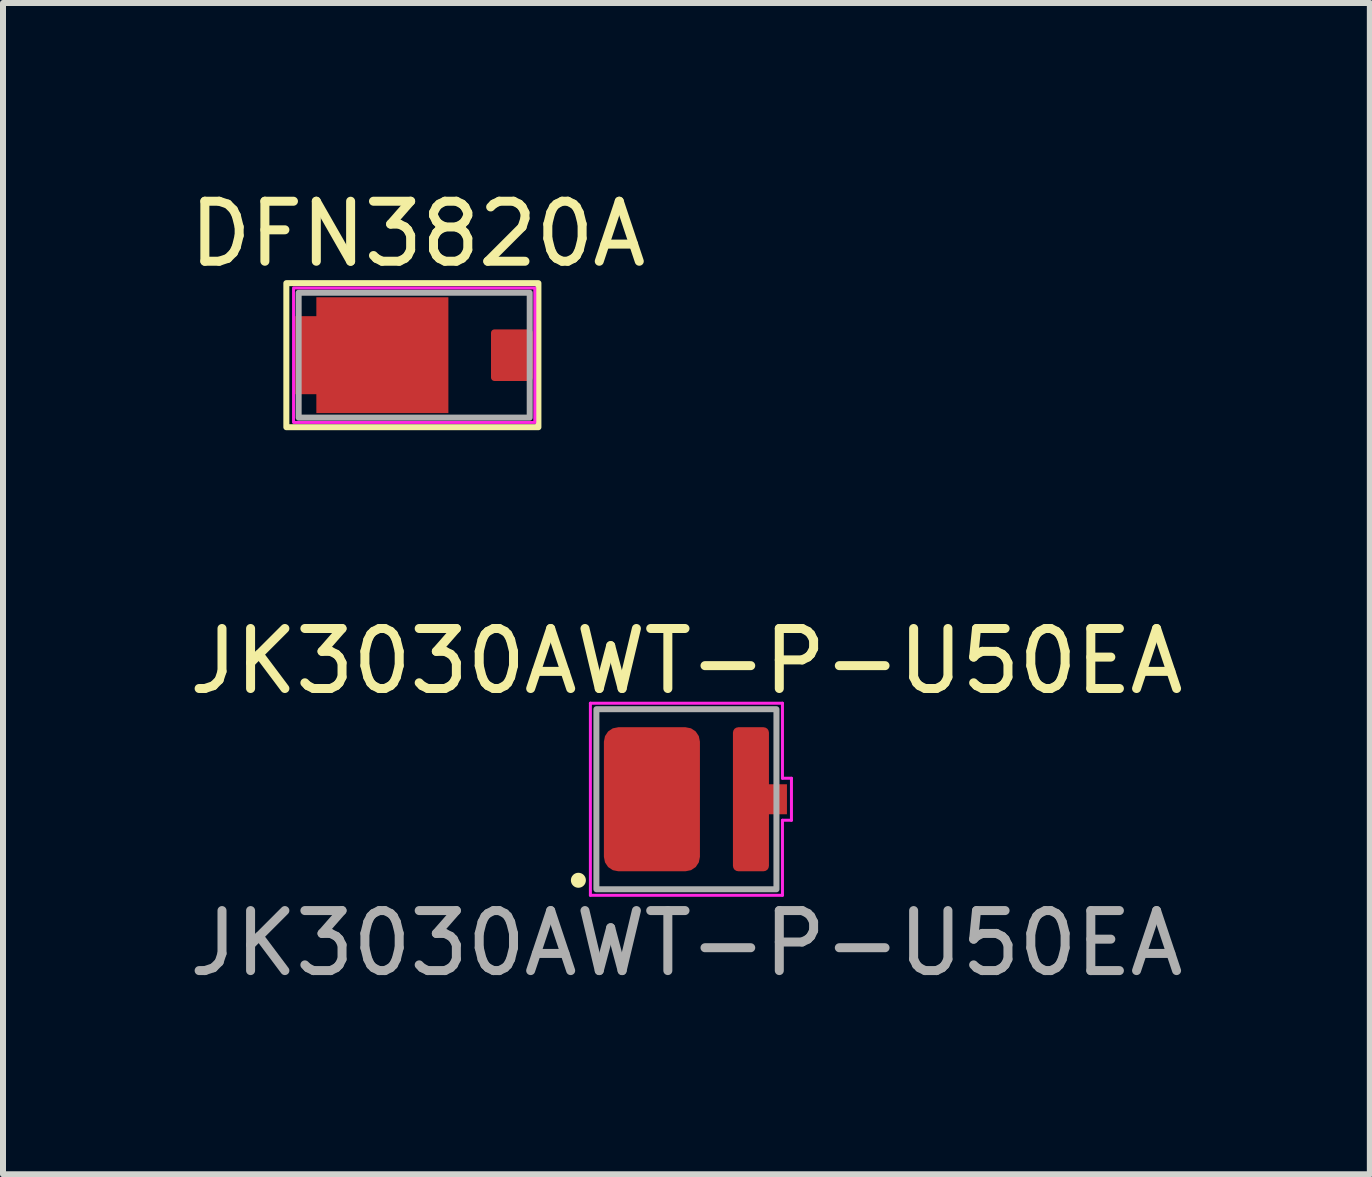
<source format=kicad_pcb>
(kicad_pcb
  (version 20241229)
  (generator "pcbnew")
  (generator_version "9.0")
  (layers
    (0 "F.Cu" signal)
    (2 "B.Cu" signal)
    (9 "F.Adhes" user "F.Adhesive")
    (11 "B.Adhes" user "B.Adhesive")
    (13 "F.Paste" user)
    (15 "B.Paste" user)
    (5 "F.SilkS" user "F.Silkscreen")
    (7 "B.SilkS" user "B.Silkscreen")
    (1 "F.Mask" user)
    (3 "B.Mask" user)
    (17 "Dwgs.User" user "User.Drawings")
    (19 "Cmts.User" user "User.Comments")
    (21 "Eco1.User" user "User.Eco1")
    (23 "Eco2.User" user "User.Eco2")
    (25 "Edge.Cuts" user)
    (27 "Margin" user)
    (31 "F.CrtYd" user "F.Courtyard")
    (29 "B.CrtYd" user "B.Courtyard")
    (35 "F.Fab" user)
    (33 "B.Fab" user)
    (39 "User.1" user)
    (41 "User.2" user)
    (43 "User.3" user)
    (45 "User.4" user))
  (footprint "JK3030AWT-P-U50EA"
    (layer "F.Cu")
    (at 8.387 10.267)
    (property "Reference" "JK3030AWT-P-U50EA" (at 0 -2.3 0) (unlocked yes) (layer "F.SilkS") (effects (font (size 1 1) (thickness 0.15))))
    (attr smd)
    (fp_circle (center -1.8 1.35) (end -1.75 1.35) (stroke (width 0.15) (type solid)) (fill yes) (layer "F.SilkS"))
    (fp_line (start -1.6 -1.6) (end 1.6 -1.6) (stroke (width 0.05) (type default)) (layer "F.CrtYd"))
    (fp_line (start -1.6 1.6) (end -1.6 -1.6) (stroke (width 0.05) (type default)) (layer "F.CrtYd"))
    (fp_line (start 1.6 -1.6) (end 1.6 -0.35) (stroke (width 0.05) (type default)) (layer "F.CrtYd"))
    (fp_line (start 1.6 -0.35) (end 1.75 -0.35) (stroke (width 0.05) (type default)) (layer "F.CrtYd"))
    (fp_line (start 1.6 0.35) (end 1.6 1.6) (stroke (width 0.05) (type default)) (layer "F.CrtYd"))
    (fp_line (start 1.6 1.6) (end -1.6 1.6) (stroke (width 0.05) (type default)) (layer "F.CrtYd"))
    (fp_line (start 1.75 -0.35) (end 1.75 0.35) (stroke (width 0.05) (type default)) (layer "F.CrtYd"))
    (fp_line (start 1.75 0.35) (end 1.6 0.35) (stroke (width 0.05) (type default)) (layer "F.CrtYd"))
    (fp_rect (start -1.5 -1.5) (end 1.5 1.5) (stroke (width 0.1) (type solid)) (fill no) (layer "F.Fab"))
    (fp_text user "${REFERENCE}" (at 0 2.4 0) (unlocked yes) (layer "F.Fab") (effects (font (size 1 1) (thickness 0.15))))
    (pad "1" smd roundrect (at -0.575 0) (size 1.6 2.4) (layers "F.Cu" "F.Mask" "F.Paste") (roundrect_rratio 0.15))
    (pad "2" smd custom (at 1.075 0) (size 0.6 0.6) (layers "F.Cu" "F.Mask" "F.Paste") (options (anchor circle)) (primitives (gr_poly (pts (xy -0.3 -1.11) (xy -0.293 -1.144) (xy -0.274 -1.174) (xy -0.244 -1.193) (xy -0.21 -1.2) (xy 0.21 -1.2) (xy 0.244 -1.193) (xy 0.274 -1.174) (xy 0.293 -1.144) (xy 0.3 -1.11) (xy 0.3 1.11) (xy 0.293 1.144) (xy 0.274 1.174) (xy 0.244 1.193) (xy 0.21 1.2) (xy -0.21 1.2) (xy -0.244 1.193) (xy -0.274 1.174) (xy -0.293 1.144) (xy -0.3 1.11)) (width 0) (fill yes)) (gr_rect (start 0 -0.25) (end 0.6 0.25) (width 0) (fill yes)))))
  (footprint "DFN3820A"
    (layer "F.Cu")
    (at 4.421 2.868)
    (property "Reference" "DFN3820A" (at -0.51 -2.02 0) (unlocked yes) (layer "F.SilkS") (effects (font (size 1 1) (thickness 0.15))))
    (attr smd)
    (fp_rect (start -2.7 -1.2) (end 1.5 1.2) (stroke (width 0.1) (type default)) (fill no) (layer "F.SilkS"))
    (fp_rect (start -2.58 -1.12) (end 1.44 1.12) (stroke (width 0.05) (type default)) (fill no) (layer "F.CrtYd"))
    (fp_rect (start -2.495 -1.04) (end 1.355 1.04) (stroke (width 0.1) (type default)) (fill no) (layer "F.Fab"))
    (pad "1" smd custom (at -2.1 -0.065) (size 0.731 0.731) (layers "F.Cu" "F.Mask" "F.Paste") (options (anchor circle)) (primitives (gr_rect (start -0.45 -0.585) (end -0.1 0.715) (width 0.0001) (fill yes)) (gr_rect (start -0.1 -0.9) (end 2.1 1.03) (width 0.0001) (fill yes))))
    (pad "2" smd roundrect (at 1.06 0) (size 0.7 0.86) (layers "F.Cu" "F.Mask" "F.Paste") (roundrect_rratio 0.082)))
  (gr_rect
    (start -3 -3)
    (end 19.774 16.515)
    (stroke (width 0.1) (type default))
    (fill no)
    (layer "Edge.Cuts")))
</source>
